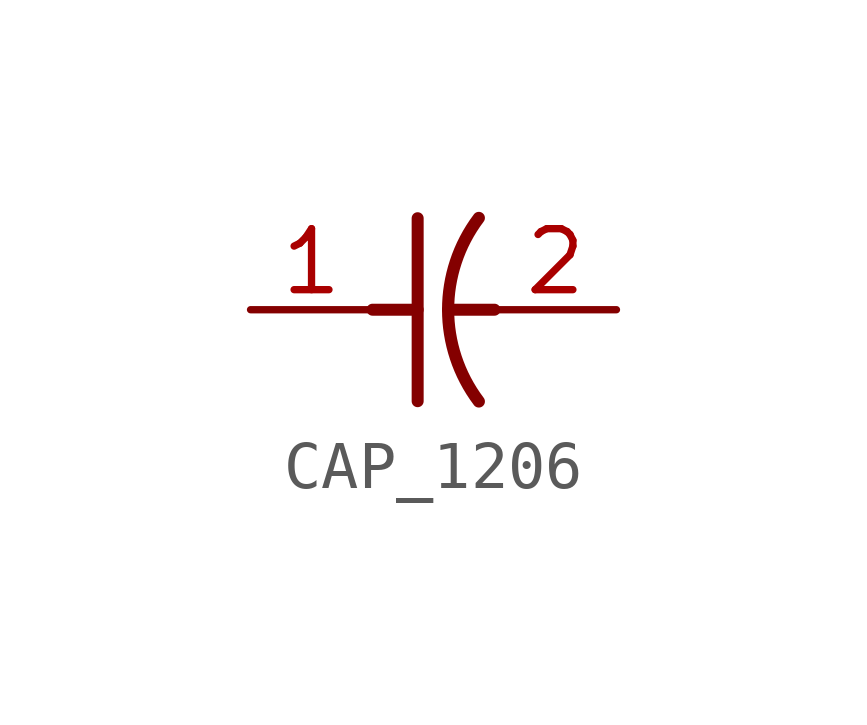
<source format=kicad_sym>
(kicad_symbol_lib
  (version 20231120)
  (generator "kicad_symbol_editor")
  (generator_version "8.0")
  (symbol "CAP_1206"
    (property "Reference" "C"
      (at 0 0 0)
      (effects (font (size 1.27 1.27)) (hide yes)))
    (property "ki_locked" ""
      (at 0 0 0)
      (effects (font (size 1.27 1.27))))
    (symbol "CAP_1206_1_0"
      (polyline (pts (xy -1.27 0) (xy -0.33 0)) (stroke (width 0.25) (type solid)) (fill (type none)))
      (polyline (pts (xy -0.33 -1.905) (xy -0.33 1.905)) (stroke (width 0.25) (type solid)) (fill (type none)))
      (polyline (pts (xy 0.305 0) (xy 1.27 0)) (stroke (width 0.25) (type solid)) (fill (type none)))
      (arc (start 0.944 1.911) (mid 0.3044 0.0001) (end 0.9439 -1.9109) (stroke (width 0.254) (type solid)) (fill (type none)))
      (pin passive line (at -3.81 0 0) (length 2.54) (name "1" (effects (font (size 0 0)))) (number "1" (effects (font (size 1.27 1.27)))))
      (pin passive line (at 3.81 0 180) (length 2.54) (name "2" (effects (font (size 0 0)))) (number "2" (effects (font (size 1.27 1.27))))))))
</source>
